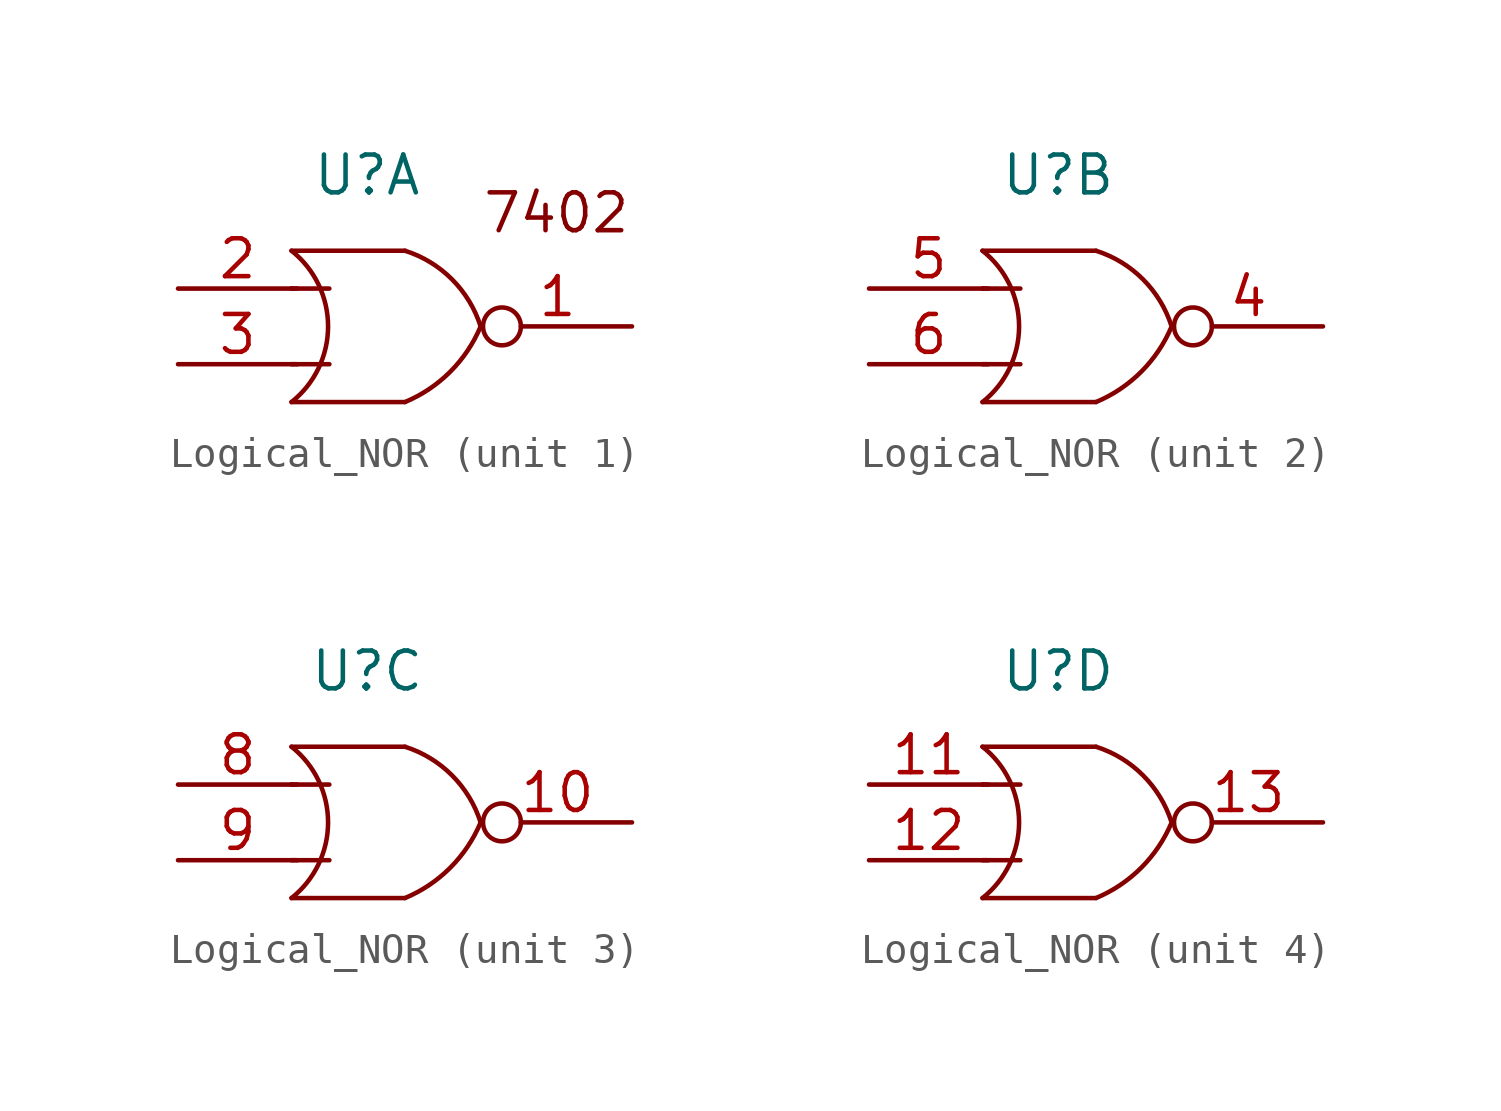
<source format=kicad_sym>
(kicad_symbol_lib
  (version 20231120)
  (generator "kicad_symbol_editor")
  (generator_version "8.0")
  (symbol "Logical_NOR"
    (pin_names hide)
    (property "Reference" "U"
      (at 0 0 0)
      (effects (font (size 1.27 1.27))))
    (symbol "Logical_NOR_0_1"
      (arc (start -2.54 -7.62) (mid -1.3125 -5.08) (end -2.54 -2.54) (stroke (width 0) (type default)) (fill (type none)))
      (polyline (pts (xy -2.54 -7.62) (xy 1.27 -7.62)) (stroke (width 0) (type default)) (fill (type none)))
      (polyline (pts (xy -2.54 -6.35) (xy -1.27 -6.35)) (stroke (width 0) (type default)) (fill (type none)))
      (polyline (pts (xy -2.54 -3.81) (xy -2.54 -3.81)) (stroke (width 0) (type default)) (fill (type none)))
      (polyline (pts (xy -2.54 -3.81) (xy -1.27 -3.81)) (stroke (width 0) (type default)) (fill (type none)))
      (polyline (pts (xy -2.54 -2.54) (xy 1.27 -2.54)) (stroke (width 0) (type default)) (fill (type none)))
      (arc (start 1.27 -7.62) (mid 2.7904 -6.6004) (end 3.81 -5.08) (stroke (width 0) (type default)) (fill (type none)))
      (arc (start 3.81 -5.08) (mid 2.8496 -3.5004) (end 1.27 -2.54) (stroke (width 0) (type default)) (fill (type none))))
    (symbol "Logical_NOR_1_0"
      (text "7402" (at 6.35 -1.27 0) (effects (font (size 1.27 1.27)))))
    (symbol "Logical_NOR_1_1"
      (pin output inverted (at 8.89 -5.08 180) (length 5) (name "Y" (effects (font (size 1.27 1.27)))) (number "1" (effects (font (size 1.27 1.27)))))
      (pin input line (at -6.35 -3.81 0) (length 4) (name "A" (effects (font (size 1.27 1.27)))) (number "2" (effects (font (size 1.27 1.27)))))
      (pin input line (at -6.35 -6.35 0) (length 4) (name "B" (effects (font (size 1.27 1.27)))) (number "3" (effects (font (size 1.27 1.27))))))
    (symbol "Logical_NOR_2_1"
      (pin output inverted (at 8.89 -5.08 180) (length 5) (name "Y" (effects (font (size 1.27 1.27)))) (number "4" (effects (font (size 1.27 1.27)))))
      (pin input line (at -6.35 -3.81 0) (length 4) (name "A" (effects (font (size 1.27 1.27)))) (number "5" (effects (font (size 1.27 1.27)))))
      (pin input line (at -6.35 -6.35 0) (length 4) (name "B" (effects (font (size 1.27 1.27)))) (number "6" (effects (font (size 1.27 1.27))))))
    (symbol "Logical_NOR_3_1"
      (pin output inverted (at 8.89 -5.08 180) (length 5) (name "Y" (effects (font (size 1.27 1.27)))) (number "10" (effects (font (size 1.27 1.27)))))
      (pin input line (at -6.35 -3.81 0) (length 4) (name "A" (effects (font (size 1.27 1.27)))) (number "8" (effects (font (size 1.27 1.27)))))
      (pin input line (at -6.35 -6.35 0) (length 4) (name "B" (effects (font (size 1.27 1.27)))) (number "9" (effects (font (size 1.27 1.27))))))
    (symbol "Logical_NOR_4_1"
      (pin input line (at -6.35 -3.81 0) (length 4) (name "A" (effects (font (size 1.27 1.27)))) (number "11" (effects (font (size 1.27 1.27)))))
      (pin input line (at -6.35 -6.35 0) (length 4) (name "B" (effects (font (size 1.27 1.27)))) (number "12" (effects (font (size 1.27 1.27)))))
      (pin output inverted (at 8.89 -5.08 180) (length 5) (name "Y" (effects (font (size 1.27 1.27)))) (number "13" (effects (font (size 1.27 1.27))))))))
</source>
